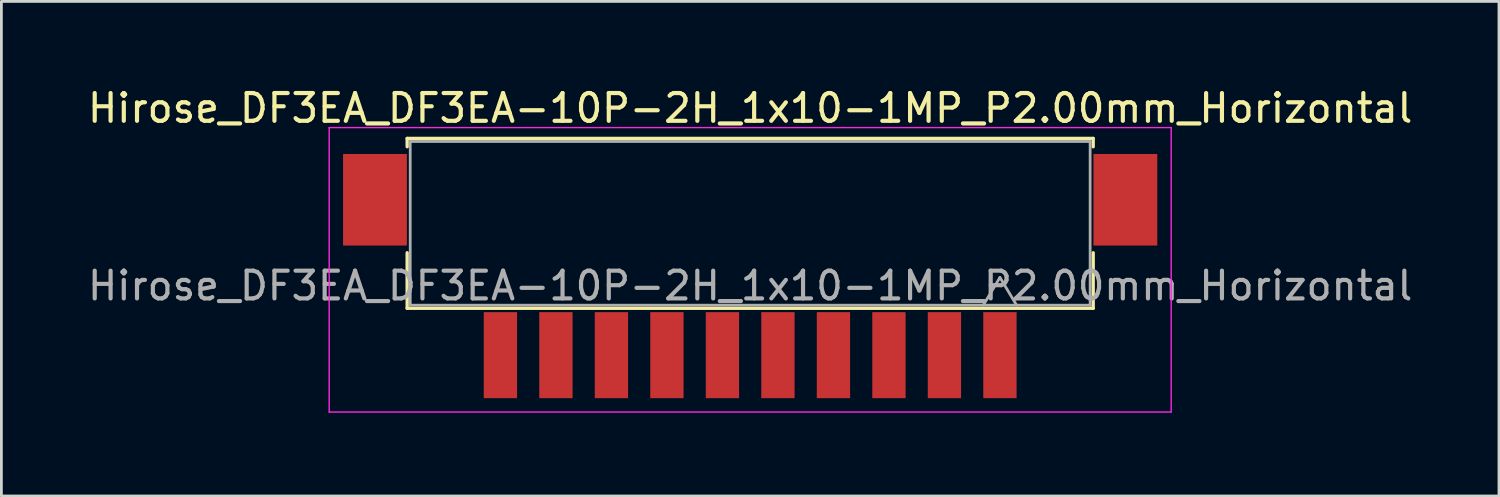
<source format=kicad_pcb>
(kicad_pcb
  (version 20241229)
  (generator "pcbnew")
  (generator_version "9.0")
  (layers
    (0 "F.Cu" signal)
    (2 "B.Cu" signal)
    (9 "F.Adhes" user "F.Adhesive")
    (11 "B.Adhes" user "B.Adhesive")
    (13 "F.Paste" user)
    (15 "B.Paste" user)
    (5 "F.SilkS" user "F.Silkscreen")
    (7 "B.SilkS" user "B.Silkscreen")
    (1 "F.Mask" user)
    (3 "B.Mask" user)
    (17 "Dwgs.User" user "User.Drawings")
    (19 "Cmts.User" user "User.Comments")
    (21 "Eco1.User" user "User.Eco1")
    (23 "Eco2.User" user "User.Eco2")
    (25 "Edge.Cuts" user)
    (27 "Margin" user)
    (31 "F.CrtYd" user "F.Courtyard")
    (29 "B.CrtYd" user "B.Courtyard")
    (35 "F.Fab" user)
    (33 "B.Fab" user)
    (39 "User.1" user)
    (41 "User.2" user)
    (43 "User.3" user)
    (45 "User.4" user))
  (footprint "Hirose_DF3EA_DF3EA-10P-2H_1x10-1MP_P2.00mm_Horizontal"
    (layer "F.Cu")
    (at 23.982 8.198)
    (property "Reference" "Hirose_DF3EA_DF3EA-10P-2H_1x10-1MP_P2.00mm_Horizontal" (at 0 -7.35 0) (layer "F.SilkS") (effects (font (size 1 1) (thickness 0.15))))
    (attr smd)
    (fp_line (start -12.36 -6.26) (end 12.36 -6.26) (stroke (width 0.12) (type solid)) (layer "F.SilkS"))
    (fp_line (start -12.36 -5.96) (end -12.36 -6.26) (stroke (width 0.12) (type solid)) (layer "F.SilkS"))
    (fp_line (start -12.36 -2.14) (end -12.36 -0.14) (stroke (width 0.12) (type solid)) (layer "F.SilkS"))
    (fp_line (start -12.36 -0.14) (end 12.36 -0.14) (stroke (width 0.12) (type solid)) (layer "F.SilkS"))
    (fp_line (start 12.36 -6.26) (end 12.36 -5.96) (stroke (width 0.12) (type solid)) (layer "F.SilkS"))
    (fp_line (start 12.36 -0.14) (end 12.36 -2.14) (stroke (width 0.12) (type solid)) (layer "F.SilkS"))
    (fp_line (start -15.17 -6.65) (end 15.17 -6.65) (stroke (width 0.05) (type solid)) (layer "F.CrtYd"))
    (fp_line (start -15.17 3.6) (end -15.17 -6.65) (stroke (width 0.05) (type solid)) (layer "F.CrtYd"))
    (fp_line (start 15.17 -6.65) (end 15.17 3.6) (stroke (width 0.05) (type solid)) (layer "F.CrtYd"))
    (fp_line (start 15.17 3.6) (end -15.17 3.6) (stroke (width 0.05) (type solid)) (layer "F.CrtYd"))
    (fp_line (start -12.25 -6.15) (end 12.25 -6.15) (stroke (width 0.1) (type solid)) (layer "F.Fab"))
    (fp_line (start -12.25 -0.25) (end -12.25 -6.15) (stroke (width 0.1) (type solid)) (layer "F.Fab"))
    (fp_line (start 8.4 -0.25) (end 9 -1.25) (stroke (width 0.1) (type solid)) (layer "F.Fab"))
    (fp_line (start 9 -1.25) (end 9.6 -0.25) (stroke (width 0.1) (type solid)) (layer "F.Fab"))
    (fp_line (start 12.25 -6.15) (end 12.25 -0.25) (stroke (width 0.1) (type solid)) (layer "F.Fab"))
    (fp_line (start 12.25 -0.25) (end -12.25 -0.25) (stroke (width 0.1) (type solid)) (layer "F.Fab"))
    (fp_text user "${REFERENCE}" (at 0 -0.95 0) (layer "F.Fab") (effects (font (size 1 1) (thickness 0.15))))
    (pad "" smd rect (at -13.52 -4.05) (size 2.3 3.3) (layers "F.Cu" "F.Mask" "F.Paste"))
    (pad "" smd rect (at 13.52 -4.05) (size 2.3 3.3) (layers "F.Cu" "F.Mask" "F.Paste"))
    (pad "1" smd rect (at 9 1.55) (size 1.2 3.1) (layers "F.Cu" "F.Mask" "F.Paste"))
    (pad "2" smd rect (at 7 1.55) (size 1.2 3.1) (layers "F.Cu" "F.Mask" "F.Paste"))
    (pad "3" smd rect (at 5 1.55) (size 1.2 3.1) (layers "F.Cu" "F.Mask" "F.Paste"))
    (pad "4" smd rect (at 3 1.55) (size 1.2 3.1) (layers "F.Cu" "F.Mask" "F.Paste"))
    (pad "5" smd rect (at 1 1.55) (size 1.2 3.1) (layers "F.Cu" "F.Mask" "F.Paste"))
    (pad "6" smd rect (at -1 1.55) (size 1.2 3.1) (layers "F.Cu" "F.Mask" "F.Paste"))
    (pad "7" smd rect (at -3 1.55) (size 1.2 3.1) (layers "F.Cu" "F.Mask" "F.Paste"))
    (pad "8" smd rect (at -5 1.55) (size 1.2 3.1) (layers "F.Cu" "F.Mask" "F.Paste"))
    (pad "9" smd rect (at -7 1.55) (size 1.2 3.1) (layers "F.Cu" "F.Mask" "F.Paste"))
    (pad "10" smd rect (at -9 1.55) (size 1.2 3.1) (layers "F.Cu" "F.Mask" "F.Paste")))
  (gr_rect
    (start -3 -3)
    (end 50.964 14.823)
    (stroke (width 0.1) (type default))
    (fill no)
    (layer "Edge.Cuts")))
</source>
